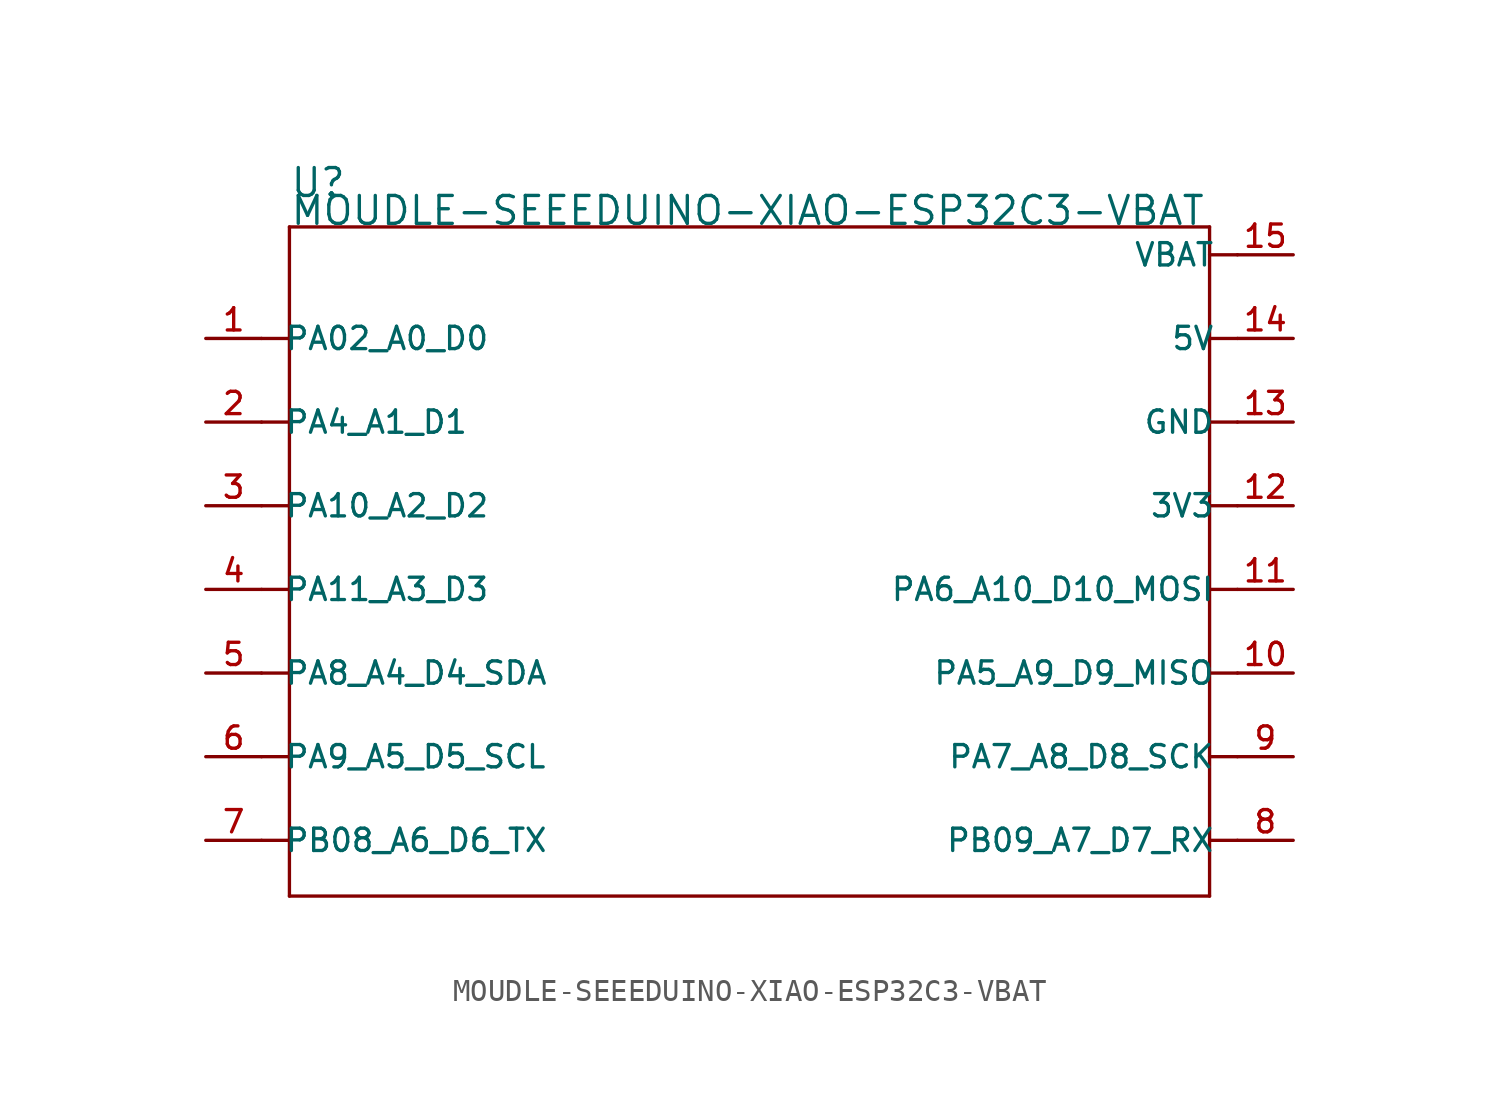
<source format=kicad_sym>
(kicad_symbol_lib
  (version 20231120)
  (generator "kicad_symbol_editor")
  (generator_version "8.0")
  (symbol "MOUDLE-SEEEDUINO-XIAO-ESP32C3-VBAT"
    (pin_names
      (offset 1.016))
    (property "Reference" "U"
      (at -21.59 17.78 0)
      (effects (font (size 1.27 1.27)) (justify left bottom)))
    (property "Value" "MOUDLE-SEEEDUINO-XIAO-ESP32C3-VBAT"
      (at -21.59 16.51 0)
      (effects (font (size 1.27 1.27)) (justify left bottom)))
    (symbol "MOUDLE-SEEEDUINO-XIAO-ESP32C3-VBAT_0_0"
      (polyline (pts (xy -21.59 -13.97) (xy -21.59 0)) (stroke (width 0.152) (type default)) (fill (type none)))
      (polyline (pts (xy -21.59 -11.43) (xy -22.86 -11.43)) (stroke (width 0.152) (type default)) (fill (type none)))
      (polyline (pts (xy -21.59 -7.62) (xy -22.86 -7.62)) (stroke (width 0.152) (type default)) (fill (type none)))
      (polyline (pts (xy -21.59 -3.81) (xy -22.86 -3.81)) (stroke (width 0.152) (type default)) (fill (type none)))
      (polyline (pts (xy -21.59 0) (xy -22.86 0)) (stroke (width 0.152) (type default)) (fill (type none)))
      (polyline (pts (xy -21.59 0) (xy -21.59 3.81)) (stroke (width 0.152) (type default)) (fill (type none)))
      (polyline (pts (xy -21.59 3.81) (xy -22.86 3.81)) (stroke (width 0.152) (type default)) (fill (type none)))
      (polyline (pts (xy -21.59 3.81) (xy -21.59 7.62)) (stroke (width 0.152) (type default)) (fill (type none)))
      (polyline (pts (xy -21.59 7.62) (xy -22.86 7.62)) (stroke (width 0.152) (type default)) (fill (type none)))
      (polyline (pts (xy -21.59 7.62) (xy -21.59 11.43)) (stroke (width 0.152) (type default)) (fill (type none)))
      (polyline (pts (xy -21.59 11.43) (xy -22.86 11.43)) (stroke (width 0.152) (type default)) (fill (type none)))
      (polyline (pts (xy -21.59 11.43) (xy -21.59 16.51)) (stroke (width 0.152) (type default)) (fill (type none)))
      (polyline (pts (xy -21.59 16.51) (xy 20.32 16.51)) (stroke (width 0.152) (type default)) (fill (type none)))
      (polyline (pts (xy 20.32 -13.97) (xy -21.59 -13.97)) (stroke (width 0.152) (type default)) (fill (type none)))
      (polyline (pts (xy 20.32 3.81) (xy 20.32 -13.97)) (stroke (width 0.152) (type default)) (fill (type none)))
      (polyline (pts (xy 20.32 7.62) (xy 20.32 3.81)) (stroke (width 0.152) (type default)) (fill (type none)))
      (polyline (pts (xy 20.32 11.43) (xy 20.32 7.62)) (stroke (width 0.152) (type default)) (fill (type none)))
      (polyline (pts (xy 20.32 16.51) (xy 20.32 11.43)) (stroke (width 0.152) (type default)) (fill (type none)))
      (polyline (pts (xy 21.59 -11.43) (xy 20.32 -11.43)) (stroke (width 0.152) (type default)) (fill (type none)))
      (polyline (pts (xy 21.59 -7.62) (xy 20.32 -7.62)) (stroke (width 0.152) (type default)) (fill (type none)))
      (polyline (pts (xy 21.59 -3.81) (xy 20.32 -3.81)) (stroke (width 0.152) (type default)) (fill (type none)))
      (polyline (pts (xy 21.59 0) (xy 20.32 0)) (stroke (width 0.152) (type default)) (fill (type none)))
      (polyline (pts (xy 21.59 3.81) (xy 20.32 3.81)) (stroke (width 0.152) (type default)) (fill (type none)))
      (polyline (pts (xy 21.59 7.62) (xy 20.32 7.62)) (stroke (width 0.152) (type default)) (fill (type none)))
      (polyline (pts (xy 21.59 11.43) (xy 20.32 11.43)) (stroke (width 0.152) (type default)) (fill (type none)))
      (polyline (pts (xy 21.59 15.24) (xy 20.32 15.24)) (stroke (width 0.152) (type default)) (fill (type none)))
      (pin bidirectional line (at -25.4 11.43 0) (length 2.54) (name "PA02_A0_D0" (effects (font (size 1.016 1.016)))) (number "1" (effects (font (size 1.016 1.016)))))
      (pin bidirectional line (at 24.13 -3.81 180) (length 2.54) (name "PA5_A9_D9_MISO" (effects (font (size 1.016 1.016)))) (number "10" (effects (font (size 1.016 1.016)))))
      (pin bidirectional line (at 24.13 0 180) (length 2.54) (name "PA6_A10_D10_MOSI" (effects (font (size 1.016 1.016)))) (number "11" (effects (font (size 1.016 1.016)))))
      (pin bidirectional line (at 24.13 3.81 180) (length 2.54) (name "3V3" (effects (font (size 1.016 1.016)))) (number "12" (effects (font (size 1.016 1.016)))))
      (pin bidirectional line (at 24.13 7.62 180) (length 2.54) (name "GND" (effects (font (size 1.016 1.016)))) (number "13" (effects (font (size 1.016 1.016)))))
      (pin bidirectional line (at 24.13 11.43 180) (length 2.54) (name "5V" (effects (font (size 1.016 1.016)))) (number "14" (effects (font (size 1.016 1.016)))))
      (pin bidirectional line (at -25.4 7.62 0) (length 2.54) (name "PA4_A1_D1" (effects (font (size 1.016 1.016)))) (number "2" (effects (font (size 1.016 1.016)))))
      (pin bidirectional line (at -25.4 3.81 0) (length 2.54) (name "PA10_A2_D2" (effects (font (size 1.016 1.016)))) (number "3" (effects (font (size 1.016 1.016)))))
      (pin bidirectional line (at -25.4 0 0) (length 2.54) (name "PA11_A3_D3" (effects (font (size 1.016 1.016)))) (number "4" (effects (font (size 1.016 1.016)))))
      (pin bidirectional line (at -25.4 -3.81 0) (length 2.54) (name "PA8_A4_D4_SDA" (effects (font (size 1.016 1.016)))) (number "5" (effects (font (size 1.016 1.016)))))
      (pin bidirectional line (at -25.4 -7.62 0) (length 2.54) (name "PA9_A5_D5_SCL" (effects (font (size 1.016 1.016)))) (number "6" (effects (font (size 1.016 1.016)))))
      (pin bidirectional line (at -25.4 -11.43 0) (length 2.54) (name "PB08_A6_D6_TX" (effects (font (size 1.016 1.016)))) (number "7" (effects (font (size 1.016 1.016)))))
      (pin bidirectional line (at 24.13 -11.43 180) (length 2.54) (name "PB09_A7_D7_RX" (effects (font (size 1.016 1.016)))) (number "8" (effects (font (size 1.016 1.016)))))
      (pin bidirectional line (at 24.13 -7.62 180) (length 2.54) (name "PA7_A8_D8_SCK" (effects (font (size 1.016 1.016)))) (number "9" (effects (font (size 1.016 1.016))))))
    (symbol "MOUDLE-SEEEDUINO-XIAO-ESP32C3-VBAT_1_0"
      (pin bidirectional line (at 24.13 15.24 180) (length 2.54) (name "VBAT" (effects (font (size 1.016 1.016)))) (number "15" (effects (font (size 1.016 1.016))))))))
</source>
